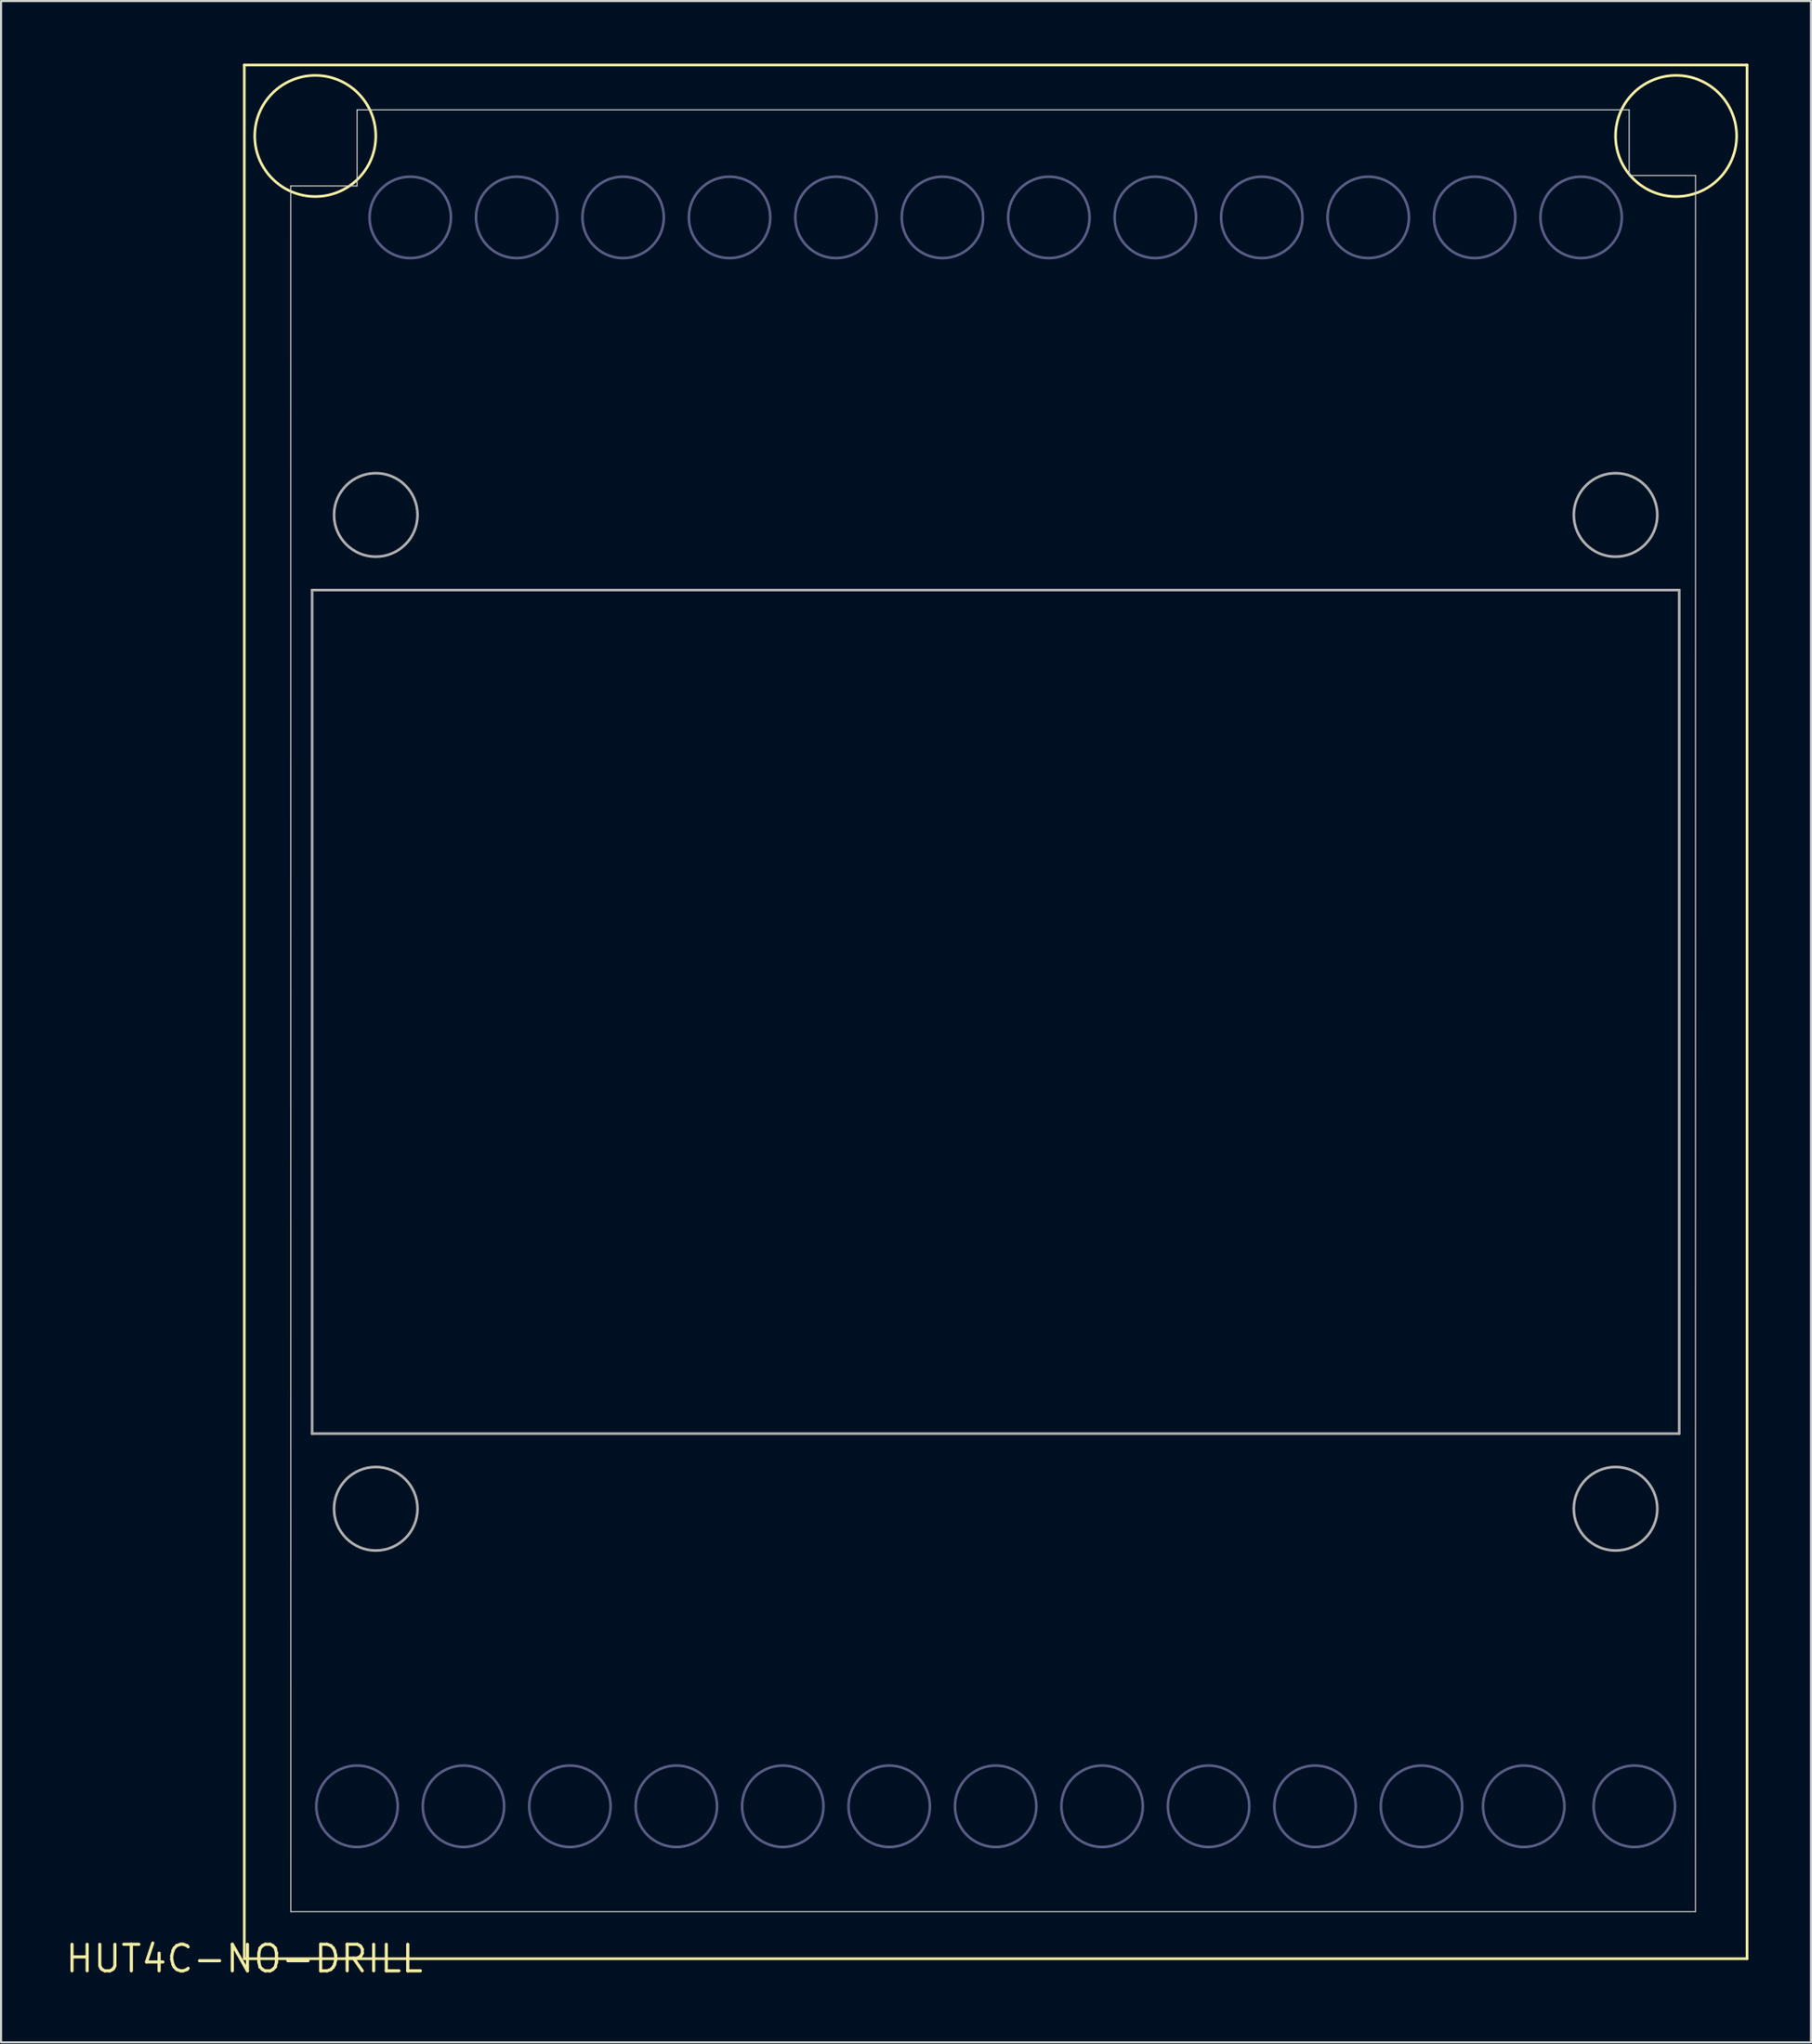
<source format=kicad_pcb>
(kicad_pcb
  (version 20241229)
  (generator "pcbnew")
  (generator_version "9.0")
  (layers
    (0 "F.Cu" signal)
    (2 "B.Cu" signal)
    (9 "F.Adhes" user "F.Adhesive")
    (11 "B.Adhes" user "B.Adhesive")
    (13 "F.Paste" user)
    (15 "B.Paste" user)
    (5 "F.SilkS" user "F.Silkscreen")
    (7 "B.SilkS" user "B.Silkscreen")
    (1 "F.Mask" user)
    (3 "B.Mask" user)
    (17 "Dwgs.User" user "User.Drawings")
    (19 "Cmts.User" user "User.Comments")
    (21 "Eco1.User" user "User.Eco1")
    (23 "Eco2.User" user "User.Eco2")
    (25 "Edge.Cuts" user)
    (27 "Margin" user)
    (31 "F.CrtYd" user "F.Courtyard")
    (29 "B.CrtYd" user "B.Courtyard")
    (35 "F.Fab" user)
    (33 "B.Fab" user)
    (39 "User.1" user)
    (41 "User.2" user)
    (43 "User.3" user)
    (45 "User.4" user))
  (footprint "HUT4C-NO-DRILL"
    (layer "F.Cu")
    (at 8.655 90.763)
    (property "Reference" "HUT4C-NO-DRILL" (at 0 0 0) (layer "F.SilkS") (effects (font (size 1.27 1.27) (thickness 0.15))))
    (fp_line (start 0 -90.7) (end 72 -90.7) (stroke (width 0.127) (type solid)) (layer "F.SilkS"))
    (fp_line (start 0 0) (end 0 -90.7) (stroke (width 0.127) (type solid)) (layer "F.SilkS"))
    (fp_line (start 72 -90.7) (end 72 0) (stroke (width 0.127) (type solid)) (layer "F.SilkS"))
    (fp_line (start 72 0) (end 0 0) (stroke (width 0.127) (type solid)) (layer "F.SilkS"))
    (fp_circle (center 3.4 -87.3) (end 6.3 -87.3) (stroke (width 0.127) (type solid)) (fill no) (layer "F.SilkS"))
    (fp_circle (center 68.6 -87.3) (end 71.5 -87.3) (stroke (width 0.127) (type solid)) (fill no) (layer "F.SilkS"))
    (fp_line (start 2.223 -84.907) (end 2.228 -2.252) (stroke (width 0.05) (type solid)) (layer "Edge.Cuts"))
    (fp_line (start 2.228 -2.252) (end 69.528 -2.252) (stroke (width 0.05) (type solid)) (layer "Edge.Cuts"))
    (fp_line (start 5.402 -88.552) (end 5.402 -84.907) (stroke (width 0.05) (type solid)) (layer "Edge.Cuts"))
    (fp_line (start 5.402 -84.907) (end 2.223 -84.907) (stroke (width 0.05) (type solid)) (layer "Edge.Cuts"))
    (fp_line (start 66.353 -88.552) (end 5.402 -88.552) (stroke (width 0.05) (type solid)) (layer "Edge.Cuts"))
    (fp_line (start 66.353 -85.407) (end 66.353 -88.552) (stroke (width 0.05) (type solid)) (layer "Edge.Cuts"))
    (fp_line (start 69.528 -2.252) (end 69.532 -85.407) (stroke (width 0.05) (type solid)) (layer "Edge.Cuts"))
    (fp_line (start 69.532 -85.407) (end 66.353 -85.407) (stroke (width 0.05) (type solid)) (layer "Edge.Cuts"))
    (fp_circle (center 5.4 -7.3) (end 7.35 -7.3) (stroke (width 0.127) (type solid)) (fill no) (layer "B.Fab"))
    (fp_circle (center 7.95 -83.4) (end 9.9 -83.4) (stroke (width 0.127) (type solid)) (fill no) (layer "B.Fab"))
    (fp_circle (center 10.5 -7.3) (end 12.45 -7.3) (stroke (width 0.127) (type solid)) (fill no) (layer "B.Fab"))
    (fp_circle (center 13.05 -83.4) (end 15 -83.4) (stroke (width 0.127) (type solid)) (fill no) (layer "B.Fab"))
    (fp_circle (center 15.6 -7.3) (end 17.55 -7.3) (stroke (width 0.127) (type solid)) (fill no) (layer "B.Fab"))
    (fp_circle (center 18.15 -83.4) (end 20.1 -83.4) (stroke (width 0.127) (type solid)) (fill no) (layer "B.Fab"))
    (fp_circle (center 20.7 -7.3) (end 22.65 -7.3) (stroke (width 0.127) (type solid)) (fill no) (layer "B.Fab"))
    (fp_circle (center 23.25 -83.4) (end 25.2 -83.4) (stroke (width 0.127) (type solid)) (fill no) (layer "B.Fab"))
    (fp_circle (center 25.8 -7.3) (end 27.75 -7.3) (stroke (width 0.127) (type solid)) (fill no) (layer "B.Fab"))
    (fp_circle (center 28.35 -83.4) (end 30.3 -83.4) (stroke (width 0.127) (type solid)) (fill no) (layer "B.Fab"))
    (fp_circle (center 30.9 -7.3) (end 32.85 -7.3) (stroke (width 0.127) (type solid)) (fill no) (layer "B.Fab"))
    (fp_circle (center 33.45 -83.4) (end 35.4 -83.4) (stroke (width 0.127) (type solid)) (fill no) (layer "B.Fab"))
    (fp_circle (center 36 -7.3) (end 37.95 -7.3) (stroke (width 0.127) (type solid)) (fill no) (layer "B.Fab"))
    (fp_circle (center 38.55 -83.4) (end 40.5 -83.4) (stroke (width 0.127) (type solid)) (fill no) (layer "B.Fab"))
    (fp_circle (center 41.1 -7.3) (end 43.05 -7.3) (stroke (width 0.127) (type solid)) (fill no) (layer "B.Fab"))
    (fp_circle (center 43.65 -83.4) (end 45.6 -83.4) (stroke (width 0.127) (type solid)) (fill no) (layer "B.Fab"))
    (fp_circle (center 46.2 -7.3) (end 48.15 -7.3) (stroke (width 0.127) (type solid)) (fill no) (layer "B.Fab"))
    (fp_circle (center 48.75 -83.4) (end 50.7 -83.4) (stroke (width 0.127) (type solid)) (fill no) (layer "B.Fab"))
    (fp_circle (center 51.3 -7.3) (end 53.25 -7.3) (stroke (width 0.127) (type solid)) (fill no) (layer "B.Fab"))
    (fp_circle (center 53.85 -83.4) (end 55.8 -83.4) (stroke (width 0.127) (type solid)) (fill no) (layer "B.Fab"))
    (fp_circle (center 56.4 -7.3) (end 58.35 -7.3) (stroke (width 0.127) (type solid)) (fill no) (layer "B.Fab"))
    (fp_circle (center 58.95 -83.4) (end 60.9 -83.4) (stroke (width 0.127) (type solid)) (fill no) (layer "B.Fab"))
    (fp_circle (center 61.3 -7.3) (end 63.25 -7.3) (stroke (width 0.127) (type solid)) (fill no) (layer "B.Fab"))
    (fp_circle (center 64.05 -83.4) (end 66 -83.4) (stroke (width 0.127) (type solid)) (fill no) (layer "B.Fab"))
    (fp_circle (center 66.6 -7.3) (end 68.55 -7.3) (stroke (width 0.127) (type solid)) (fill no) (layer "B.Fab"))
    (fp_line (start 3.25 -65.55) (end 3.25 -25.15) (stroke (width 0.127) (type solid)) (layer "F.Fab"))
    (fp_line (start 3.25 -25.15) (end 68.75 -25.15) (stroke (width 0.127) (type solid)) (layer "F.Fab"))
    (fp_line (start 68.75 -65.55) (end 3.25 -65.55) (stroke (width 0.127) (type solid)) (layer "F.Fab"))
    (fp_line (start 68.75 -25.15) (end 68.75 -65.55) (stroke (width 0.127) (type solid)) (layer "F.Fab"))
    (fp_circle (center 6.3 -69.15) (end 8.3 -69.15) (stroke (width 0.127) (type solid)) (fill no) (layer "F.Fab"))
    (fp_circle (center 6.3 -21.55) (end 8.3 -21.55) (stroke (width 0.127) (type solid)) (fill no) (layer "F.Fab"))
    (fp_circle (center 65.7 -69.15) (end 67.7 -69.15) (stroke (width 0.127) (type solid)) (fill no) (layer "F.Fab"))
    (fp_circle (center 65.7 -21.55) (end 67.7 -21.55) (stroke (width 0.127) (type solid)) (fill no) (layer "F.Fab")))
  (gr_rect
    (start -3 -3)
    (end 83.719 94.77)
    (stroke (width 0.1) (type default))
    (fill no)
    (layer "Edge.Cuts")))
</source>
